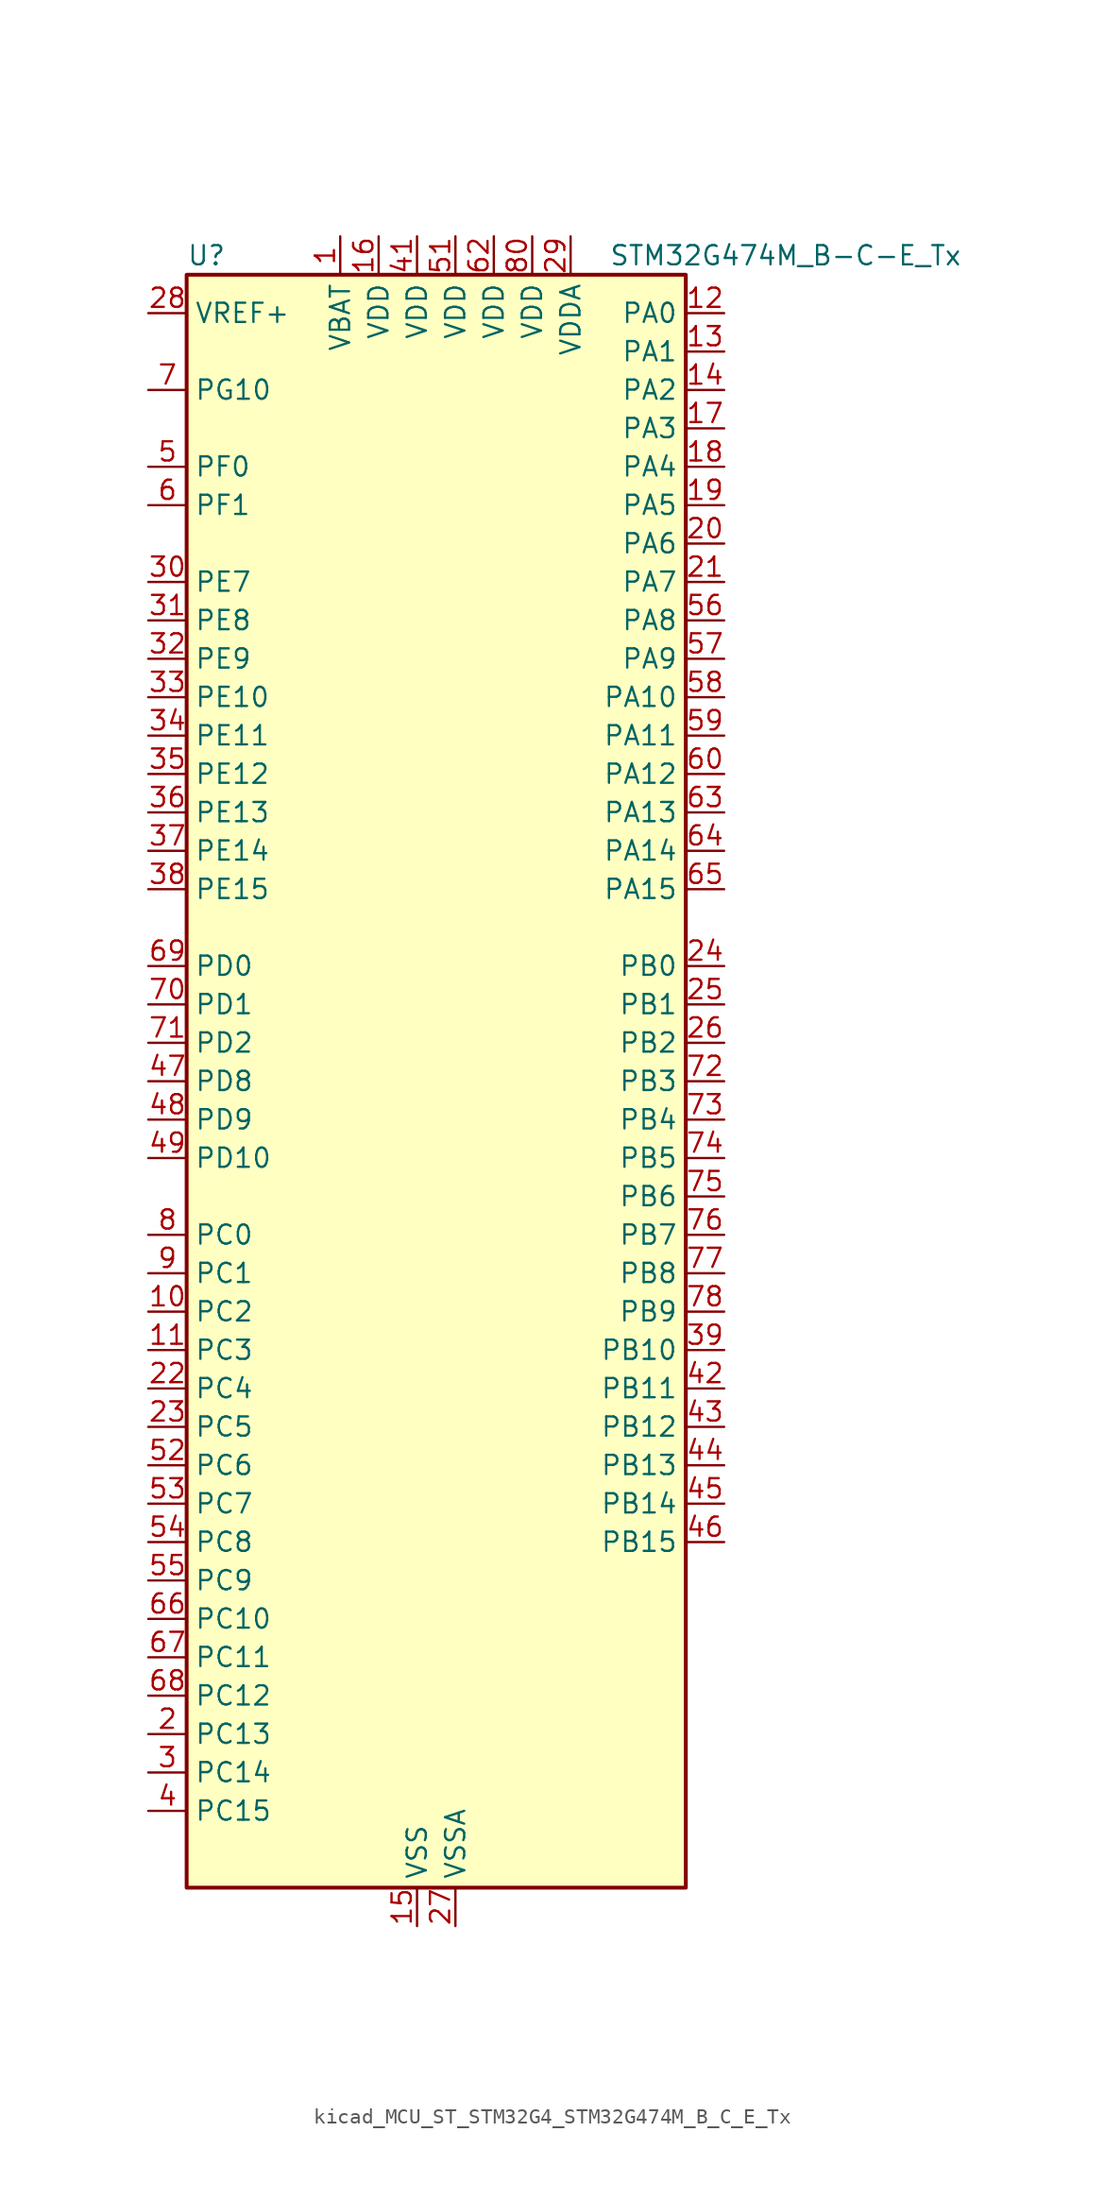
<source format=kicad_sym>
(kicad_symbol_lib
  (version 20220914)
  (generator kicad_symbol_editor)
  (symbol "kicad_MCU_ST_STM32G4_STM32G474M_B_C_E_Tx"
    (property "Reference" "U"
      (at -15.24 54.61 0)
      (effects (font (size 1.27 1.27)) (justify left)))
    (property "Value" "STM32G474M_B-C-E_Tx"
      (at 12.7 54.61 0)
      (effects (font (size 1.27 1.27)) (justify left)))
    (property "ki_locked" ""
      (at 0 0 0)
      (effects (font (size 1.27 1.27))))
    (symbol "kicad_MCU_ST_STM32G4_STM32G474M_B_C_E_Tx_0_1"
      (rectangle (start -15.24 -53.34) (end 17.78 53.34) (stroke (width 0.254) (type default)) (fill (type background))))
    (symbol "kicad_MCU_ST_STM32G4_STM32G474M_B_C_E_Tx_1_1"
      (pin power_in line (at -5.08 55.88 270) (length 2.54) (name "VBAT" (effects (font (size 1.27 1.27)))) (number "1" (effects (font (size 1.27 1.27)))))
      (pin bidirectional line (at -17.78 -15.24 0) (length 2.54) (name "PC2" (effects (font (size 1.27 1.27)))) (number "10" (effects (font (size 1.27 1.27)))) (alternate "ADC1_IN8" bidirectional line) (alternate "ADC2_IN8" bidirectional line) (alternate "ADC3_EXTI2" bidirectional line) (alternate "ADC4_EXTI2" bidirectional line) (alternate "ADC5_EXTI2" bidirectional line) (alternate "COMP3_OUT" bidirectional line) (alternate "LPTIM1_IN2" bidirectional line) (alternate "QUADSPI1_BK2_IO1" bidirectional line) (alternate "TIM1_CH3" bidirectional line) (alternate "TIM20_CH2" bidirectional line))
      (pin bidirectional line (at -17.78 -17.78 0) (length 2.54) (name "PC3" (effects (font (size 1.27 1.27)))) (number "11" (effects (font (size 1.27 1.27)))) (alternate "ADC1_IN9" bidirectional line) (alternate "ADC2_IN9" bidirectional line) (alternate "ADC3_EXTI3" bidirectional line) (alternate "ADC4_EXTI3" bidirectional line) (alternate "ADC5_EXTI3" bidirectional line) (alternate "LPTIM1_ETR" bidirectional line) (alternate "OPAMP5_VINP" bidirectional line) (alternate "OPAMP5_VINP_SEC" bidirectional line) (alternate "QUADSPI1_BK2_IO2" bidirectional line) (alternate "SAI1_D1" bidirectional line) (alternate "SAI1_SD_A" bidirectional line) (alternate "TIM1_BKIN2" bidirectional line) (alternate "TIM1_CH4" bidirectional line))
      (pin bidirectional line (at 20.32 50.8 180) (length 2.54) (name "PA0" (effects (font (size 1.27 1.27)))) (number "12" (effects (font (size 1.27 1.27)))) (alternate "ADC1_IN1" bidirectional line) (alternate "ADC2_IN1" bidirectional line) (alternate "COMP1_INM" bidirectional line) (alternate "COMP1_OUT" bidirectional line) (alternate "COMP3_INP" bidirectional line) (alternate "RTC_TAMP2" bidirectional line) (alternate "SYS_WKUP1" bidirectional line) (alternate "TIM2_CH1" bidirectional line) (alternate "TIM2_ETR" bidirectional line) (alternate "TIM5_CH1" bidirectional line) (alternate "TIM8_BKIN" bidirectional line) (alternate "TIM8_ETR" bidirectional line) (alternate "USART2_CTS" bidirectional line) (alternate "USART2_NSS" bidirectional line))
      (pin bidirectional line (at 20.32 48.26 180) (length 2.54) (name "PA1" (effects (font (size 1.27 1.27)))) (number "13" (effects (font (size 1.27 1.27)))) (alternate "ADC1_IN2" bidirectional line) (alternate "ADC2_IN2" bidirectional line) (alternate "COMP1_INP" bidirectional line) (alternate "OPAMP1_VINP" bidirectional line) (alternate "OPAMP1_VINP_SEC" bidirectional line) (alternate "OPAMP3_VINP" bidirectional line) (alternate "OPAMP3_VINP_SEC" bidirectional line) (alternate "OPAMP6_VINM" bidirectional line) (alternate "OPAMP6_VINM0" bidirectional line) (alternate "OPAMP6_VINM_SEC" bidirectional line) (alternate "RTC_REFIN" bidirectional line) (alternate "TIM15_CH1N" bidirectional line) (alternate "TIM2_CH2" bidirectional line) (alternate "TIM5_CH2" bidirectional line) (alternate "USART2_DE" bidirectional line) (alternate "USART2_RTS" bidirectional line))
      (pin bidirectional line (at 20.32 45.72 180) (length 2.54) (name "PA2" (effects (font (size 1.27 1.27)))) (number "14" (effects (font (size 1.27 1.27)))) (alternate "ADC1_IN3" bidirectional line) (alternate "ADC3_EXTI2" bidirectional line) (alternate "ADC4_EXTI2" bidirectional line) (alternate "ADC5_EXTI2" bidirectional line) (alternate "COMP2_INM" bidirectional line) (alternate "COMP2_OUT" bidirectional line) (alternate "LPUART1_TX" bidirectional line) (alternate "OPAMP1_VOUT" bidirectional line) (alternate "QUADSPI1_BK1_NCS" bidirectional line) (alternate "RCC_LSCO" bidirectional line) (alternate "SYS_WKUP4" bidirectional line) (alternate "TIM15_CH1" bidirectional line) (alternate "TIM2_CH3" bidirectional line) (alternate "TIM5_CH3" bidirectional line) (alternate "UCPD1_FRSTX1" bidirectional line) (alternate "UCPD1_FRSTX2" bidirectional line) (alternate "USART2_TX" bidirectional line))
      (pin power_in line (at 0 -55.88 90) (length 2.54) (name "VSS" (effects (font (size 1.27 1.27)))) (number "15" (effects (font (size 1.27 1.27)))))
      (pin power_in line (at -2.54 55.88 270) (length 2.54) (name "VDD" (effects (font (size 1.27 1.27)))) (number "16" (effects (font (size 1.27 1.27)))))
      (pin bidirectional line (at 20.32 43.18 180) (length 2.54) (name "PA3" (effects (font (size 1.27 1.27)))) (number "17" (effects (font (size 1.27 1.27)))) (alternate "ADC1_IN4" bidirectional line) (alternate "ADC3_EXTI3" bidirectional line) (alternate "ADC4_EXTI3" bidirectional line) (alternate "ADC5_EXTI3" bidirectional line) (alternate "COMP2_INP" bidirectional line) (alternate "LPUART1_RX" bidirectional line) (alternate "OPAMP1_VINM" bidirectional line) (alternate "OPAMP1_VINM0" bidirectional line) (alternate "OPAMP1_VINM_SEC" bidirectional line) (alternate "OPAMP1_VINP" bidirectional line) (alternate "OPAMP1_VINP_SEC" bidirectional line) (alternate "OPAMP5_VINM" bidirectional line) (alternate "OPAMP5_VINM1" bidirectional line) (alternate "OPAMP5_VINM_SEC" bidirectional line) (alternate "QUADSPI1_CLK" bidirectional line) (alternate "SAI1_CK1" bidirectional line) (alternate "SAI1_MCLK_A" bidirectional line) (alternate "TIM15_CH2" bidirectional line) (alternate "TIM2_CH4" bidirectional line) (alternate "TIM5_CH4" bidirectional line) (alternate "USART2_RX" bidirectional line))
      (pin bidirectional line (at 20.32 40.64 180) (length 2.54) (name "PA4" (effects (font (size 1.27 1.27)))) (number "18" (effects (font (size 1.27 1.27)))) (alternate "ADC2_IN17" bidirectional line) (alternate "COMP1_INM" bidirectional line) (alternate "DAC1_OUT1" bidirectional line) (alternate "I2S3_WS" bidirectional line) (alternate "SAI1_FS_B" bidirectional line) (alternate "SPI1_NSS" bidirectional line) (alternate "SPI3_NSS" bidirectional line) (alternate "TIM3_CH2" bidirectional line) (alternate "USART2_CK" bidirectional line))
      (pin bidirectional line (at 20.32 38.1 180) (length 2.54) (name "PA5" (effects (font (size 1.27 1.27)))) (number "19" (effects (font (size 1.27 1.27)))) (alternate "ADC2_IN13" bidirectional line) (alternate "COMP2_INM" bidirectional line) (alternate "DAC1_OUT2" bidirectional line) (alternate "OPAMP2_VINM" bidirectional line) (alternate "OPAMP2_VINM0" bidirectional line) (alternate "OPAMP2_VINM_SEC" bidirectional line) (alternate "SPI1_SCK" bidirectional line) (alternate "TIM2_CH1" bidirectional line) (alternate "TIM2_ETR" bidirectional line) (alternate "UCPD1_FRSTX1" bidirectional line) (alternate "UCPD1_FRSTX2" bidirectional line))
      (pin bidirectional line (at -17.78 -43.18 0) (length 2.54) (name "PC13" (effects (font (size 1.27 1.27)))) (number "2" (effects (font (size 1.27 1.27)))) (alternate "RTC_OUT1" bidirectional line) (alternate "RTC_TAMP1" bidirectional line) (alternate "RTC_TS" bidirectional line) (alternate "SYS_WKUP2" bidirectional line) (alternate "TIM1_BKIN" bidirectional line) (alternate "TIM1_CH1N" bidirectional line) (alternate "TIM8_CH4N" bidirectional line))
      (pin bidirectional line (at 20.32 35.56 180) (length 2.54) (name "PA6" (effects (font (size 1.27 1.27)))) (number "20" (effects (font (size 1.27 1.27)))) (alternate "ADC2_IN3" bidirectional line) (alternate "COMP1_OUT" bidirectional line) (alternate "DAC2_OUT1" bidirectional line) (alternate "LPUART1_CTS" bidirectional line) (alternate "OPAMP2_VOUT" bidirectional line) (alternate "QUADSPI1_BK1_IO3" bidirectional line) (alternate "SPI1_MISO" bidirectional line) (alternate "TIM16_CH1" bidirectional line) (alternate "TIM1_BKIN" bidirectional line) (alternate "TIM3_CH1" bidirectional line) (alternate "TIM8_BKIN" bidirectional line))
      (pin bidirectional line (at 20.32 33.02 180) (length 2.54) (name "PA7" (effects (font (size 1.27 1.27)))) (number "21" (effects (font (size 1.27 1.27)))) (alternate "ADC2_IN4" bidirectional line) (alternate "COMP2_INP" bidirectional line) (alternate "COMP2_OUT" bidirectional line) (alternate "OPAMP1_VINP" bidirectional line) (alternate "OPAMP1_VINP_SEC" bidirectional line) (alternate "OPAMP2_VINP" bidirectional line) (alternate "OPAMP2_VINP_SEC" bidirectional line) (alternate "QUADSPI1_BK1_IO2" bidirectional line) (alternate "SPI1_MOSI" bidirectional line) (alternate "TIM17_CH1" bidirectional line) (alternate "TIM1_CH1N" bidirectional line) (alternate "TIM3_CH2" bidirectional line) (alternate "TIM8_CH1N" bidirectional line) (alternate "UCPD1_FRSTX1" bidirectional line) (alternate "UCPD1_FRSTX2" bidirectional line))
      (pin bidirectional line (at -17.78 -20.32 0) (length 2.54) (name "PC4" (effects (font (size 1.27 1.27)))) (number "22" (effects (font (size 1.27 1.27)))) (alternate "ADC2_IN5" bidirectional line) (alternate "I2C2_SCL" bidirectional line) (alternate "QUADSPI1_BK2_IO3" bidirectional line) (alternate "TIM1_ETR" bidirectional line) (alternate "USART1_TX" bidirectional line))
      (pin bidirectional line (at -17.78 -22.86 0) (length 2.54) (name "PC5" (effects (font (size 1.27 1.27)))) (number "23" (effects (font (size 1.27 1.27)))) (alternate "ADC2_IN11" bidirectional line) (alternate "HRTIM1_EEV10" bidirectional line) (alternate "OPAMP1_VINM" bidirectional line) (alternate "OPAMP1_VINM1" bidirectional line) (alternate "OPAMP1_VINM_SEC" bidirectional line) (alternate "OPAMP2_VINM" bidirectional line) (alternate "OPAMP2_VINM1" bidirectional line) (alternate "OPAMP2_VINM_SEC" bidirectional line) (alternate "SAI1_D3" bidirectional line) (alternate "SYS_WKUP5" bidirectional line) (alternate "TIM15_BKIN" bidirectional line) (alternate "TIM1_CH4N" bidirectional line) (alternate "USART1_RX" bidirectional line))
      (pin bidirectional line (at 20.32 7.62 180) (length 2.54) (name "PB0" (effects (font (size 1.27 1.27)))) (number "24" (effects (font (size 1.27 1.27)))) (alternate "ADC1_IN15" bidirectional line) (alternate "ADC3_IN12" bidirectional line) (alternate "COMP4_INP" bidirectional line) (alternate "HRTIM1_FLT5" bidirectional line) (alternate "OPAMP2_VINP" bidirectional line) (alternate "OPAMP2_VINP_SEC" bidirectional line) (alternate "OPAMP3_VINP" bidirectional line) (alternate "OPAMP3_VINP_SEC" bidirectional line) (alternate "QUADSPI1_BK1_IO1" bidirectional line) (alternate "TIM1_CH2N" bidirectional line) (alternate "TIM3_CH3" bidirectional line) (alternate "TIM8_CH2N" bidirectional line) (alternate "UCPD1_FRSTX1" bidirectional line) (alternate "UCPD1_FRSTX2" bidirectional line))
      (pin bidirectional line (at 20.32 5.08 180) (length 2.54) (name "PB1" (effects (font (size 1.27 1.27)))) (number "25" (effects (font (size 1.27 1.27)))) (alternate "ADC1_IN12" bidirectional line) (alternate "ADC3_IN1" bidirectional line) (alternate "COMP1_INP" bidirectional line) (alternate "COMP4_OUT" bidirectional line) (alternate "HRTIM1_SCOUT" bidirectional line) (alternate "LPUART1_DE" bidirectional line) (alternate "LPUART1_RTS" bidirectional line) (alternate "OPAMP3_VOUT" bidirectional line) (alternate "OPAMP6_VINM" bidirectional line) (alternate "OPAMP6_VINM1" bidirectional line) (alternate "OPAMP6_VINM_SEC" bidirectional line) (alternate "QUADSPI1_BK1_IO0" bidirectional line) (alternate "TIM1_CH3N" bidirectional line) (alternate "TIM3_CH4" bidirectional line) (alternate "TIM8_CH3N" bidirectional line))
      (pin bidirectional line (at 20.32 2.54 180) (length 2.54) (name "PB2" (effects (font (size 1.27 1.27)))) (number "26" (effects (font (size 1.27 1.27)))) (alternate "ADC2_IN12" bidirectional line) (alternate "ADC3_EXTI2" bidirectional line) (alternate "ADC4_EXTI2" bidirectional line) (alternate "ADC5_EXTI2" bidirectional line) (alternate "COMP4_INM" bidirectional line) (alternate "HRTIM1_SCIN" bidirectional line) (alternate "I2C3_SMBA" bidirectional line) (alternate "LPTIM1_OUT" bidirectional line) (alternate "OPAMP3_VINM" bidirectional line) (alternate "OPAMP3_VINM0" bidirectional line) (alternate "OPAMP3_VINM_SEC" bidirectional line) (alternate "QUADSPI1_BK2_IO1" bidirectional line) (alternate "RTC_OUT2" bidirectional line) (alternate "TIM20_CH1" bidirectional line) (alternate "TIM5_CH1" bidirectional line))
      (pin power_in line (at 2.54 -55.88 90) (length 2.54) (name "VSSA" (effects (font (size 1.27 1.27)))) (number "27" (effects (font (size 1.27 1.27)))))
      (pin input line (at -17.78 50.8 0) (length 2.54) (name "VREF+" (effects (font (size 1.27 1.27)))) (number "28" (effects (font (size 1.27 1.27)))) (alternate "VREFBUF_OUT" bidirectional line))
      (pin power_in line (at 10.16 55.88 270) (length 2.54) (name "VDDA" (effects (font (size 1.27 1.27)))) (number "29" (effects (font (size 1.27 1.27)))))
      (pin bidirectional line (at -17.78 -45.72 0) (length 2.54) (name "PC14" (effects (font (size 1.27 1.27)))) (number "3" (effects (font (size 1.27 1.27)))) (alternate "RCC_OSC32_IN" bidirectional line))
      (pin bidirectional line (at -17.78 33.02 0) (length 2.54) (name "PE7" (effects (font (size 1.27 1.27)))) (number "30" (effects (font (size 1.27 1.27)))) (alternate "ADC3_IN4" bidirectional line) (alternate "COMP4_INP" bidirectional line) (alternate "SAI1_SD_B" bidirectional line) (alternate "TIM1_ETR" bidirectional line))
      (pin bidirectional line (at -17.78 30.48 0) (length 2.54) (name "PE8" (effects (font (size 1.27 1.27)))) (number "31" (effects (font (size 1.27 1.27)))) (alternate "ADC3_IN6" bidirectional line) (alternate "ADC4_IN6" bidirectional line) (alternate "ADC5_IN6" bidirectional line) (alternate "COMP4_INM" bidirectional line) (alternate "SAI1_SCK_B" bidirectional line) (alternate "TIM1_CH1N" bidirectional line) (alternate "TIM5_CH3" bidirectional line))
      (pin bidirectional line (at -17.78 27.94 0) (length 2.54) (name "PE9" (effects (font (size 1.27 1.27)))) (number "32" (effects (font (size 1.27 1.27)))) (alternate "ADC3_IN2" bidirectional line) (alternate "DAC1_EXTI9" bidirectional line) (alternate "DAC2_EXTI9" bidirectional line) (alternate "DAC3_EXTI9" bidirectional line) (alternate "DAC4_EXTI9" bidirectional line) (alternate "SAI1_FS_B" bidirectional line) (alternate "TIM1_CH1" bidirectional line) (alternate "TIM5_CH4" bidirectional line))
      (pin bidirectional line (at -17.78 25.4 0) (length 2.54) (name "PE10" (effects (font (size 1.27 1.27)))) (number "33" (effects (font (size 1.27 1.27)))) (alternate "ADC3_IN14" bidirectional line) (alternate "ADC4_IN14" bidirectional line) (alternate "ADC5_IN14" bidirectional line) (alternate "DAC1_EXTI10" bidirectional line) (alternate "DAC2_EXTI10" bidirectional line) (alternate "DAC3_EXTI10" bidirectional line) (alternate "DAC4_EXTI10" bidirectional line) (alternate "QUADSPI1_CLK" bidirectional line) (alternate "SAI1_MCLK_B" bidirectional line) (alternate "TIM1_CH2N" bidirectional line))
      (pin bidirectional line (at -17.78 22.86 0) (length 2.54) (name "PE11" (effects (font (size 1.27 1.27)))) (number "34" (effects (font (size 1.27 1.27)))) (alternate "ADC1_EXTI11" bidirectional line) (alternate "ADC2_EXTI11" bidirectional line) (alternate "ADC3_IN15" bidirectional line) (alternate "ADC4_IN15" bidirectional line) (alternate "ADC5_IN15" bidirectional line) (alternate "QUADSPI1_BK1_NCS" bidirectional line) (alternate "SPI4_NSS" bidirectional line) (alternate "TIM1_CH2" bidirectional line))
      (pin bidirectional line (at -17.78 20.32 0) (length 2.54) (name "PE12" (effects (font (size 1.27 1.27)))) (number "35" (effects (font (size 1.27 1.27)))) (alternate "ADC3_IN16" bidirectional line) (alternate "ADC4_IN16" bidirectional line) (alternate "ADC5_IN16" bidirectional line) (alternate "QUADSPI1_BK1_IO0" bidirectional line) (alternate "SPI4_SCK" bidirectional line) (alternate "TIM1_CH3N" bidirectional line))
      (pin bidirectional line (at -17.78 17.78 0) (length 2.54) (name "PE13" (effects (font (size 1.27 1.27)))) (number "36" (effects (font (size 1.27 1.27)))) (alternate "ADC3_IN3" bidirectional line) (alternate "QUADSPI1_BK1_IO1" bidirectional line) (alternate "SPI4_MISO" bidirectional line) (alternate "TIM1_CH3" bidirectional line))
      (pin bidirectional line (at -17.78 15.24 0) (length 2.54) (name "PE14" (effects (font (size 1.27 1.27)))) (number "37" (effects (font (size 1.27 1.27)))) (alternate "ADC4_IN1" bidirectional line) (alternate "QUADSPI1_BK1_IO2" bidirectional line) (alternate "SPI4_MOSI" bidirectional line) (alternate "TIM1_BKIN2" bidirectional line) (alternate "TIM1_CH4" bidirectional line))
      (pin bidirectional line (at -17.78 12.7 0) (length 2.54) (name "PE15" (effects (font (size 1.27 1.27)))) (number "38" (effects (font (size 1.27 1.27)))) (alternate "ADC1_EXTI15" bidirectional line) (alternate "ADC2_EXTI15" bidirectional line) (alternate "ADC4_IN2" bidirectional line) (alternate "QUADSPI1_BK1_IO3" bidirectional line) (alternate "TIM1_BKIN" bidirectional line) (alternate "TIM1_CH4N" bidirectional line) (alternate "USART3_RX" bidirectional line))
      (pin bidirectional line (at 20.32 -17.78 180) (length 2.54) (name "PB10" (effects (font (size 1.27 1.27)))) (number "39" (effects (font (size 1.27 1.27)))) (alternate "COMP5_INM" bidirectional line) (alternate "DAC1_EXTI10" bidirectional line) (alternate "DAC2_EXTI10" bidirectional line) (alternate "DAC3_EXTI10" bidirectional line) (alternate "DAC4_EXTI10" bidirectional line) (alternate "HRTIM1_FLT3" bidirectional line) (alternate "LPUART1_RX" bidirectional line) (alternate "OPAMP3_VINM" bidirectional line) (alternate "OPAMP3_VINM1" bidirectional line) (alternate "OPAMP3_VINM_SEC" bidirectional line) (alternate "OPAMP4_VINM" bidirectional line) (alternate "OPAMP4_VINM0" bidirectional line) (alternate "OPAMP4_VINM_SEC" bidirectional line) (alternate "QUADSPI1_CLK" bidirectional line) (alternate "SAI1_SCK_A" bidirectional line) (alternate "TIM1_BKIN" bidirectional line) (alternate "TIM2_CH3" bidirectional line) (alternate "USART3_TX" bidirectional line))
      (pin bidirectional line (at -17.78 -48.26 0) (length 2.54) (name "PC15" (effects (font (size 1.27 1.27)))) (number "4" (effects (font (size 1.27 1.27)))) (alternate "ADC1_EXTI15" bidirectional line) (alternate "ADC2_EXTI15" bidirectional line) (alternate "RCC_OSC32_OUT" bidirectional line))
      (pin passive line (at 0 -55.88 90) (length 2.54) hide (name "VSS" (effects (font (size 1.27 1.27)))) (number "40" (effects (font (size 1.27 1.27)))))
      (pin power_in line (at 0 55.88 270) (length 2.54) (name "VDD" (effects (font (size 1.27 1.27)))) (number "41" (effects (font (size 1.27 1.27)))))
      (pin bidirectional line (at 20.32 -20.32 180) (length 2.54) (name "PB11" (effects (font (size 1.27 1.27)))) (number "42" (effects (font (size 1.27 1.27)))) (alternate "ADC1_EXTI11" bidirectional line) (alternate "ADC1_IN14" bidirectional line) (alternate "ADC2_EXTI11" bidirectional line) (alternate "ADC2_IN14" bidirectional line) (alternate "COMP6_INP" bidirectional line) (alternate "HRTIM1_FLT4" bidirectional line) (alternate "LPUART1_TX" bidirectional line) (alternate "OPAMP4_VINP" bidirectional line) (alternate "OPAMP4_VINP_SEC" bidirectional line) (alternate "OPAMP6_VOUT" bidirectional line) (alternate "QUADSPI1_BK1_NCS" bidirectional line) (alternate "TIM2_CH4" bidirectional line) (alternate "USART3_RX" bidirectional line))
      (pin bidirectional line (at 20.32 -22.86 180) (length 2.54) (name "PB12" (effects (font (size 1.27 1.27)))) (number "43" (effects (font (size 1.27 1.27)))) (alternate "ADC1_IN11" bidirectional line) (alternate "ADC4_IN3" bidirectional line) (alternate "COMP7_INM" bidirectional line) (alternate "FDCAN2_RX" bidirectional line) (alternate "HRTIM1_CHC1" bidirectional line) (alternate "I2C2_SMBA" bidirectional line) (alternate "I2S2_WS" bidirectional line) (alternate "LPUART1_DE" bidirectional line) (alternate "LPUART1_RTS" bidirectional line) (alternate "OPAMP4_VOUT" bidirectional line) (alternate "OPAMP6_VINP" bidirectional line) (alternate "OPAMP6_VINP_SEC" bidirectional line) (alternate "SPI2_NSS" bidirectional line) (alternate "TIM1_BKIN" bidirectional line) (alternate "TIM5_ETR" bidirectional line) (alternate "USART3_CK" bidirectional line))
      (pin bidirectional line (at 20.32 -25.4 180) (length 2.54) (name "PB13" (effects (font (size 1.27 1.27)))) (number "44" (effects (font (size 1.27 1.27)))) (alternate "ADC3_IN5" bidirectional line) (alternate "COMP5_INP" bidirectional line) (alternate "FDCAN2_TX" bidirectional line) (alternate "HRTIM1_CHC2" bidirectional line) (alternate "I2S2_CK" bidirectional line) (alternate "LPUART1_CTS" bidirectional line) (alternate "OPAMP3_VINP" bidirectional line) (alternate "OPAMP3_VINP_SEC" bidirectional line) (alternate "OPAMP4_VINP" bidirectional line) (alternate "OPAMP4_VINP_SEC" bidirectional line) (alternate "OPAMP6_VINP" bidirectional line) (alternate "OPAMP6_VINP_SEC" bidirectional line) (alternate "SPI2_SCK" bidirectional line) (alternate "TIM1_CH1N" bidirectional line) (alternate "USART3_CTS" bidirectional line) (alternate "USART3_NSS" bidirectional line))
      (pin bidirectional line (at 20.32 -27.94 180) (length 2.54) (name "PB14" (effects (font (size 1.27 1.27)))) (number "45" (effects (font (size 1.27 1.27)))) (alternate "ADC1_IN5" bidirectional line) (alternate "ADC4_IN4" bidirectional line) (alternate "COMP4_OUT" bidirectional line) (alternate "COMP7_INP" bidirectional line) (alternate "HRTIM1_CHD1" bidirectional line) (alternate "OPAMP2_VINP" bidirectional line) (alternate "OPAMP2_VINP_SEC" bidirectional line) (alternate "OPAMP5_VINP" bidirectional line) (alternate "OPAMP5_VINP_SEC" bidirectional line) (alternate "SPI2_MISO" bidirectional line) (alternate "TIM15_CH1" bidirectional line) (alternate "TIM1_CH2N" bidirectional line) (alternate "USART3_DE" bidirectional line) (alternate "USART3_RTS" bidirectional line))
      (pin bidirectional line (at 20.32 -30.48 180) (length 2.54) (name "PB15" (effects (font (size 1.27 1.27)))) (number "46" (effects (font (size 1.27 1.27)))) (alternate "ADC1_EXTI15" bidirectional line) (alternate "ADC2_EXTI15" bidirectional line) (alternate "ADC2_IN15" bidirectional line) (alternate "ADC4_IN5" bidirectional line) (alternate "COMP3_OUT" bidirectional line) (alternate "COMP6_INM" bidirectional line) (alternate "HRTIM1_CHD2" bidirectional line) (alternate "I2S2_SD" bidirectional line) (alternate "OPAMP5_VINM" bidirectional line) (alternate "OPAMP5_VINM0" bidirectional line) (alternate "OPAMP5_VINM_SEC" bidirectional line) (alternate "RTC_REFIN" bidirectional line) (alternate "SPI2_MOSI" bidirectional line) (alternate "TIM15_CH1N" bidirectional line) (alternate "TIM15_CH2" bidirectional line) (alternate "TIM1_CH3N" bidirectional line))
      (pin bidirectional line (at -17.78 0 0) (length 2.54) (name "PD8" (effects (font (size 1.27 1.27)))) (number "47" (effects (font (size 1.27 1.27)))) (alternate "ADC4_IN12" bidirectional line) (alternate "ADC5_IN12" bidirectional line) (alternate "OPAMP4_VINM" bidirectional line) (alternate "OPAMP4_VINM1" bidirectional line) (alternate "OPAMP4_VINM_SEC" bidirectional line) (alternate "USART3_TX" bidirectional line))
      (pin bidirectional line (at -17.78 -2.54 0) (length 2.54) (name "PD9" (effects (font (size 1.27 1.27)))) (number "48" (effects (font (size 1.27 1.27)))) (alternate "ADC4_IN13" bidirectional line) (alternate "ADC5_IN13" bidirectional line) (alternate "DAC1_EXTI9" bidirectional line) (alternate "DAC2_EXTI9" bidirectional line) (alternate "DAC3_EXTI9" bidirectional line) (alternate "DAC4_EXTI9" bidirectional line) (alternate "OPAMP6_VINP" bidirectional line) (alternate "OPAMP6_VINP_SEC" bidirectional line) (alternate "USART3_RX" bidirectional line))
      (pin bidirectional line (at -17.78 -5.08 0) (length 2.54) (name "PD10" (effects (font (size 1.27 1.27)))) (number "49" (effects (font (size 1.27 1.27)))) (alternate "ADC3_IN7" bidirectional line) (alternate "ADC4_IN7" bidirectional line) (alternate "ADC5_IN7" bidirectional line) (alternate "COMP6_INM" bidirectional line) (alternate "DAC1_EXTI10" bidirectional line) (alternate "DAC2_EXTI10" bidirectional line) (alternate "DAC3_EXTI10" bidirectional line) (alternate "DAC4_EXTI10" bidirectional line) (alternate "USART3_CK" bidirectional line))
      (pin bidirectional line (at -17.78 40.64 0) (length 2.54) (name "PF0" (effects (font (size 1.27 1.27)))) (number "5" (effects (font (size 1.27 1.27)))) (alternate "ADC1_IN10" bidirectional line) (alternate "I2C2_SDA" bidirectional line) (alternate "I2S2_WS" bidirectional line) (alternate "RCC_OSC_IN" bidirectional line) (alternate "SPI2_NSS" bidirectional line) (alternate "TIM1_CH3N" bidirectional line))
      (pin passive line (at 0 -55.88 90) (length 2.54) hide (name "VSS" (effects (font (size 1.27 1.27)))) (number "50" (effects (font (size 1.27 1.27)))))
      (pin power_in line (at 2.54 55.88 270) (length 2.54) (name "VDD" (effects (font (size 1.27 1.27)))) (number "51" (effects (font (size 1.27 1.27)))))
      (pin bidirectional line (at -17.78 -25.4 0) (length 2.54) (name "PC6" (effects (font (size 1.27 1.27)))) (number "52" (effects (font (size 1.27 1.27)))) (alternate "COMP6_OUT" bidirectional line) (alternate "HRTIM1_CHF1" bidirectional line) (alternate "HRTIM1_EEV10" bidirectional line) (alternate "I2C4_SCL" bidirectional line) (alternate "I2S2_MCK" bidirectional line) (alternate "TIM3_CH1" bidirectional line) (alternate "TIM8_CH1" bidirectional line))
      (pin bidirectional line (at -17.78 -27.94 0) (length 2.54) (name "PC7" (effects (font (size 1.27 1.27)))) (number "53" (effects (font (size 1.27 1.27)))) (alternate "COMP5_OUT" bidirectional line) (alternate "HRTIM1_CHF2" bidirectional line) (alternate "HRTIM1_FLT5" bidirectional line) (alternate "I2C4_SDA" bidirectional line) (alternate "I2S3_MCK" bidirectional line) (alternate "TIM3_CH2" bidirectional line) (alternate "TIM8_CH2" bidirectional line))
      (pin bidirectional line (at -17.78 -30.48 0) (length 2.54) (name "PC8" (effects (font (size 1.27 1.27)))) (number "54" (effects (font (size 1.27 1.27)))) (alternate "COMP7_OUT" bidirectional line) (alternate "HRTIM1_CHE1" bidirectional line) (alternate "I2C3_SCL" bidirectional line) (alternate "TIM20_CH3" bidirectional line) (alternate "TIM3_CH3" bidirectional line) (alternate "TIM8_CH3" bidirectional line))
      (pin bidirectional line (at -17.78 -33.02 0) (length 2.54) (name "PC9" (effects (font (size 1.27 1.27)))) (number "55" (effects (font (size 1.27 1.27)))) (alternate "DAC1_EXTI9" bidirectional line) (alternate "DAC2_EXTI9" bidirectional line) (alternate "DAC3_EXTI9" bidirectional line) (alternate "DAC4_EXTI9" bidirectional line) (alternate "HRTIM1_CHE2" bidirectional line) (alternate "I2C3_SDA" bidirectional line) (alternate "I2S_CKIN" bidirectional line) (alternate "TIM3_CH4" bidirectional line) (alternate "TIM8_BKIN2" bidirectional line) (alternate "TIM8_CH4" bidirectional line))
      (pin bidirectional line (at 20.32 30.48 180) (length 2.54) (name "PA8" (effects (font (size 1.27 1.27)))) (number "56" (effects (font (size 1.27 1.27)))) (alternate "ADC5_IN1" bidirectional line) (alternate "COMP7_OUT" bidirectional line) (alternate "FDCAN3_RX" bidirectional line) (alternate "HRTIM1_CHA1" bidirectional line) (alternate "I2C2_SDA" bidirectional line) (alternate "I2C3_SCL" bidirectional line) (alternate "I2S2_MCK" bidirectional line) (alternate "OPAMP5_VOUT" bidirectional line) (alternate "RCC_MCO" bidirectional line) (alternate "SAI1_CK2" bidirectional line) (alternate "SAI1_SCK_A" bidirectional line) (alternate "TIM1_CH1" bidirectional line) (alternate "TIM4_ETR" bidirectional line) (alternate "USART1_CK" bidirectional line))
      (pin bidirectional line (at 20.32 27.94 180) (length 2.54) (name "PA9" (effects (font (size 1.27 1.27)))) (number "57" (effects (font (size 1.27 1.27)))) (alternate "ADC5_IN2" bidirectional line) (alternate "COMP5_OUT" bidirectional line) (alternate "DAC1_EXTI9" bidirectional line) (alternate "DAC2_EXTI9" bidirectional line) (alternate "DAC3_EXTI9" bidirectional line) (alternate "DAC4_EXTI9" bidirectional line) (alternate "HRTIM1_CHA2" bidirectional line) (alternate "I2C2_SCL" bidirectional line) (alternate "I2C3_SMBA" bidirectional line) (alternate "I2S3_MCK" bidirectional line) (alternate "SAI1_FS_A" bidirectional line) (alternate "TIM15_BKIN" bidirectional line) (alternate "TIM1_CH2" bidirectional line) (alternate "TIM2_CH3" bidirectional line) (alternate "UCPD1_DBCC1" bidirectional line) (alternate "USART1_TX" bidirectional line))
      (pin bidirectional line (at 20.32 25.4 180) (length 2.54) (name "PA10" (effects (font (size 1.27 1.27)))) (number "58" (effects (font (size 1.27 1.27)))) (alternate "COMP6_OUT" bidirectional line) (alternate "CRS_SYNC" bidirectional line) (alternate "DAC1_EXTI10" bidirectional line) (alternate "DAC2_EXTI10" bidirectional line) (alternate "DAC3_EXTI10" bidirectional line) (alternate "DAC4_EXTI10" bidirectional line) (alternate "HRTIM1_CHB1" bidirectional line) (alternate "I2C2_SMBA" bidirectional line) (alternate "SAI1_D1" bidirectional line) (alternate "SAI1_SD_A" bidirectional line) (alternate "SPI2_MISO" bidirectional line) (alternate "TIM17_BKIN" bidirectional line) (alternate "TIM1_CH3" bidirectional line) (alternate "TIM2_CH4" bidirectional line) (alternate "TIM8_BKIN" bidirectional line) (alternate "UCPD1_DBCC2" bidirectional line) (alternate "USART1_RX" bidirectional line))
      (pin bidirectional line (at 20.32 22.86 180) (length 2.54) (name "PA11" (effects (font (size 1.27 1.27)))) (number "59" (effects (font (size 1.27 1.27)))) (alternate "ADC1_EXTI11" bidirectional line) (alternate "ADC2_EXTI11" bidirectional line) (alternate "COMP1_OUT" bidirectional line) (alternate "FDCAN1_RX" bidirectional line) (alternate "HRTIM1_CHB2" bidirectional line) (alternate "I2S2_SD" bidirectional line) (alternate "SPI2_MOSI" bidirectional line) (alternate "TIM1_BKIN2" bidirectional line) (alternate "TIM1_CH1N" bidirectional line) (alternate "TIM1_CH4" bidirectional line) (alternate "TIM4_CH1" bidirectional line) (alternate "USART1_CTS" bidirectional line) (alternate "USART1_NSS" bidirectional line) (alternate "USB_DM" bidirectional line))
      (pin bidirectional line (at -17.78 38.1 0) (length 2.54) (name "PF1" (effects (font (size 1.27 1.27)))) (number "6" (effects (font (size 1.27 1.27)))) (alternate "ADC2_IN10" bidirectional line) (alternate "COMP3_INM" bidirectional line) (alternate "I2S2_CK" bidirectional line) (alternate "RCC_OSC_OUT" bidirectional line) (alternate "SPI2_SCK" bidirectional line))
      (pin bidirectional line (at 20.32 20.32 180) (length 2.54) (name "PA12" (effects (font (size 1.27 1.27)))) (number "60" (effects (font (size 1.27 1.27)))) (alternate "COMP2_OUT" bidirectional line) (alternate "FDCAN1_TX" bidirectional line) (alternate "HRTIM1_FLT1" bidirectional line) (alternate "I2S_CKIN" bidirectional line) (alternate "TIM16_CH1" bidirectional line) (alternate "TIM1_CH2N" bidirectional line) (alternate "TIM1_ETR" bidirectional line) (alternate "TIM4_CH2" bidirectional line) (alternate "USART1_DE" bidirectional line) (alternate "USART1_RTS" bidirectional line) (alternate "USB_DP" bidirectional line))
      (pin passive line (at 0 -55.88 90) (length 2.54) hide (name "VSS" (effects (font (size 1.27 1.27)))) (number "61" (effects (font (size 1.27 1.27)))))
      (pin power_in line (at 5.08 55.88 270) (length 2.54) (name "VDD" (effects (font (size 1.27 1.27)))) (number "62" (effects (font (size 1.27 1.27)))))
      (pin bidirectional line (at 20.32 17.78 180) (length 2.54) (name "PA13" (effects (font (size 1.27 1.27)))) (number "63" (effects (font (size 1.27 1.27)))) (alternate "I2C1_SCL" bidirectional line) (alternate "I2C4_SCL" bidirectional line) (alternate "IR_OUT" bidirectional line) (alternate "SAI1_SD_B" bidirectional line) (alternate "SYS_JTMS-SWDIO" bidirectional line) (alternate "TIM16_CH1N" bidirectional line) (alternate "TIM4_CH3" bidirectional line) (alternate "USART3_CTS" bidirectional line) (alternate "USART3_NSS" bidirectional line))
      (pin bidirectional line (at 20.32 15.24 180) (length 2.54) (name "PA14" (effects (font (size 1.27 1.27)))) (number "64" (effects (font (size 1.27 1.27)))) (alternate "I2C1_SDA" bidirectional line) (alternate "I2C4_SMBA" bidirectional line) (alternate "LPTIM1_OUT" bidirectional line) (alternate "SAI1_FS_B" bidirectional line) (alternate "SYS_JTCK-SWCLK" bidirectional line) (alternate "TIM1_BKIN" bidirectional line) (alternate "TIM8_CH2" bidirectional line) (alternate "USART2_TX" bidirectional line))
      (pin bidirectional line (at 20.32 12.7 180) (length 2.54) (name "PA15" (effects (font (size 1.27 1.27)))) (number "65" (effects (font (size 1.27 1.27)))) (alternate "ADC1_EXTI15" bidirectional line) (alternate "ADC2_EXTI15" bidirectional line) (alternate "FDCAN3_TX" bidirectional line) (alternate "HRTIM1_FLT2" bidirectional line) (alternate "I2C1_SCL" bidirectional line) (alternate "I2S3_WS" bidirectional line) (alternate "SPI1_NSS" bidirectional line) (alternate "SPI3_NSS" bidirectional line) (alternate "SYS_JTDI" bidirectional line) (alternate "TIM1_BKIN" bidirectional line) (alternate "TIM2_CH1" bidirectional line) (alternate "TIM2_ETR" bidirectional line) (alternate "TIM8_CH1" bidirectional line) (alternate "UART4_DE" bidirectional line) (alternate "UART4_RTS" bidirectional line) (alternate "USART2_RX" bidirectional line))
      (pin bidirectional line (at -17.78 -35.56 0) (length 2.54) (name "PC10" (effects (font (size 1.27 1.27)))) (number "66" (effects (font (size 1.27 1.27)))) (alternate "DAC1_EXTI10" bidirectional line) (alternate "DAC2_EXTI10" bidirectional line) (alternate "DAC3_EXTI10" bidirectional line) (alternate "DAC4_EXTI10" bidirectional line) (alternate "HRTIM1_FLT6" bidirectional line) (alternate "I2S3_CK" bidirectional line) (alternate "SPI3_SCK" bidirectional line) (alternate "TIM8_CH1N" bidirectional line) (alternate "UART4_TX" bidirectional line) (alternate "USART3_TX" bidirectional line))
      (pin bidirectional line (at -17.78 -38.1 0) (length 2.54) (name "PC11" (effects (font (size 1.27 1.27)))) (number "67" (effects (font (size 1.27 1.27)))) (alternate "ADC1_EXTI11" bidirectional line) (alternate "ADC2_EXTI11" bidirectional line) (alternate "HRTIM1_EEV2" bidirectional line) (alternate "I2C3_SDA" bidirectional line) (alternate "SPI3_MISO" bidirectional line) (alternate "TIM8_CH2N" bidirectional line) (alternate "UART4_RX" bidirectional line) (alternate "USART3_RX" bidirectional line))
      (pin bidirectional line (at -17.78 -40.64 0) (length 2.54) (name "PC12" (effects (font (size 1.27 1.27)))) (number "68" (effects (font (size 1.27 1.27)))) (alternate "HRTIM1_EEV1" bidirectional line) (alternate "I2S3_SD" bidirectional line) (alternate "SPI3_MOSI" bidirectional line) (alternate "TIM5_CH2" bidirectional line) (alternate "TIM8_CH3N" bidirectional line) (alternate "UART5_TX" bidirectional line) (alternate "UCPD1_FRSTX1" bidirectional line) (alternate "UCPD1_FRSTX2" bidirectional line) (alternate "USART3_CK" bidirectional line))
      (pin bidirectional line (at -17.78 7.62 0) (length 2.54) (name "PD0" (effects (font (size 1.27 1.27)))) (number "69" (effects (font (size 1.27 1.27)))) (alternate "FDCAN1_RX" bidirectional line) (alternate "TIM8_CH4N" bidirectional line))
      (pin bidirectional line (at -17.78 45.72 0) (length 2.54) (name "PG10" (effects (font (size 1.27 1.27)))) (number "7" (effects (font (size 1.27 1.27)))) (alternate "DAC1_EXTI10" bidirectional line) (alternate "DAC2_EXTI10" bidirectional line) (alternate "DAC3_EXTI10" bidirectional line) (alternate "DAC4_EXTI10" bidirectional line) (alternate "RCC_MCO" bidirectional line))
      (pin bidirectional line (at -17.78 5.08 0) (length 2.54) (name "PD1" (effects (font (size 1.27 1.27)))) (number "70" (effects (font (size 1.27 1.27)))) (alternate "FDCAN1_TX" bidirectional line) (alternate "TIM8_BKIN2" bidirectional line) (alternate "TIM8_CH4" bidirectional line))
      (pin bidirectional line (at -17.78 2.54 0) (length 2.54) (name "PD2" (effects (font (size 1.27 1.27)))) (number "71" (effects (font (size 1.27 1.27)))) (alternate "ADC3_EXTI2" bidirectional line) (alternate "ADC4_EXTI2" bidirectional line) (alternate "ADC5_EXTI2" bidirectional line) (alternate "TIM3_ETR" bidirectional line) (alternate "TIM8_BKIN" bidirectional line) (alternate "UART5_RX" bidirectional line))
      (pin bidirectional line (at 20.32 0 180) (length 2.54) (name "PB3" (effects (font (size 1.27 1.27)))) (number "72" (effects (font (size 1.27 1.27)))) (alternate "ADC3_EXTI3" bidirectional line) (alternate "ADC4_EXTI3" bidirectional line) (alternate "ADC5_EXTI3" bidirectional line) (alternate "CRS_SYNC" bidirectional line) (alternate "FDCAN3_RX" bidirectional line) (alternate "HRTIM1_EEV9" bidirectional line) (alternate "HRTIM1_SCOUT" bidirectional line) (alternate "I2S3_CK" bidirectional line) (alternate "SAI1_SCK_B" bidirectional line) (alternate "SPI1_SCK" bidirectional line) (alternate "SPI3_SCK" bidirectional line) (alternate "SYS_JTDO-SWO" bidirectional line) (alternate "TIM2_CH2" bidirectional line) (alternate "TIM3_ETR" bidirectional line) (alternate "TIM4_ETR" bidirectional line) (alternate "TIM8_CH1N" bidirectional line) (alternate "USART2_TX" bidirectional line))
      (pin bidirectional line (at 20.32 -2.54 180) (length 2.54) (name "PB4" (effects (font (size 1.27 1.27)))) (number "73" (effects (font (size 1.27 1.27)))) (alternate "FDCAN3_TX" bidirectional line) (alternate "HRTIM1_EEV7" bidirectional line) (alternate "SAI1_MCLK_B" bidirectional line) (alternate "SPI1_MISO" bidirectional line) (alternate "SPI3_MISO" bidirectional line) (alternate "SYS_JTRST" bidirectional line) (alternate "TIM16_CH1" bidirectional line) (alternate "TIM17_BKIN" bidirectional line) (alternate "TIM3_CH1" bidirectional line) (alternate "TIM8_CH2N" bidirectional line) (alternate "UART5_DE" bidirectional line) (alternate "UART5_RTS" bidirectional line) (alternate "UCPD1_CC2" bidirectional line) (alternate "USART2_RX" bidirectional line))
      (pin bidirectional line (at 20.32 -5.08 180) (length 2.54) (name "PB5" (effects (font (size 1.27 1.27)))) (number "74" (effects (font (size 1.27 1.27)))) (alternate "FDCAN2_RX" bidirectional line) (alternate "HRTIM1_EEV6" bidirectional line) (alternate "I2C1_SMBA" bidirectional line) (alternate "I2C3_SDA" bidirectional line) (alternate "I2S3_SD" bidirectional line) (alternate "LPTIM1_IN1" bidirectional line) (alternate "SAI1_SD_B" bidirectional line) (alternate "SPI1_MOSI" bidirectional line) (alternate "SPI3_MOSI" bidirectional line) (alternate "TIM16_BKIN" bidirectional line) (alternate "TIM17_CH1" bidirectional line) (alternate "TIM3_CH2" bidirectional line) (alternate "TIM8_CH3N" bidirectional line) (alternate "UART5_CTS" bidirectional line) (alternate "USART2_CK" bidirectional line))
      (pin bidirectional line (at 20.32 -7.62 180) (length 2.54) (name "PB6" (effects (font (size 1.27 1.27)))) (number "75" (effects (font (size 1.27 1.27)))) (alternate "COMP4_OUT" bidirectional line) (alternate "FDCAN2_TX" bidirectional line) (alternate "HRTIM1_EEV4" bidirectional line) (alternate "HRTIM1_SCIN" bidirectional line) (alternate "LPTIM1_ETR" bidirectional line) (alternate "SAI1_FS_B" bidirectional line) (alternate "TIM16_CH1N" bidirectional line) (alternate "TIM4_CH1" bidirectional line) (alternate "TIM8_BKIN2" bidirectional line) (alternate "TIM8_CH1" bidirectional line) (alternate "TIM8_ETR" bidirectional line) (alternate "UCPD1_CC1" bidirectional line) (alternate "USART1_TX" bidirectional line))
      (pin bidirectional line (at 20.32 -10.16 180) (length 2.54) (name "PB7" (effects (font (size 1.27 1.27)))) (number "76" (effects (font (size 1.27 1.27)))) (alternate "COMP3_OUT" bidirectional line) (alternate "HRTIM1_EEV3" bidirectional line) (alternate "I2C1_SDA" bidirectional line) (alternate "I2C4_SDA" bidirectional line) (alternate "LPTIM1_IN2" bidirectional line) (alternate "SYS_PVD_IN" bidirectional line) (alternate "TIM17_CH1N" bidirectional line) (alternate "TIM3_CH4" bidirectional line) (alternate "TIM4_CH2" bidirectional line) (alternate "TIM8_BKIN" bidirectional line) (alternate "UART4_CTS" bidirectional line) (alternate "USART1_RX" bidirectional line))
      (pin bidirectional line (at 20.32 -12.7 180) (length 2.54) (name "PB8" (effects (font (size 1.27 1.27)))) (number "77" (effects (font (size 1.27 1.27)))) (alternate "COMP1_OUT" bidirectional line) (alternate "FDCAN1_RX" bidirectional line) (alternate "HRTIM1_EEV8" bidirectional line) (alternate "I2C1_SCL" bidirectional line) (alternate "SAI1_CK1" bidirectional line) (alternate "SAI1_MCLK_A" bidirectional line) (alternate "TIM16_CH1" bidirectional line) (alternate "TIM1_BKIN" bidirectional line) (alternate "TIM4_CH3" bidirectional line) (alternate "TIM8_CH2" bidirectional line) (alternate "USART3_RX" bidirectional line))
      (pin bidirectional line (at 20.32 -15.24 180) (length 2.54) (name "PB9" (effects (font (size 1.27 1.27)))) (number "78" (effects (font (size 1.27 1.27)))) (alternate "COMP2_OUT" bidirectional line) (alternate "DAC1_EXTI9" bidirectional line) (alternate "DAC2_EXTI9" bidirectional line) (alternate "DAC3_EXTI9" bidirectional line) (alternate "DAC4_EXTI9" bidirectional line) (alternate "FDCAN1_TX" bidirectional line) (alternate "HRTIM1_EEV5" bidirectional line) (alternate "I2C1_SDA" bidirectional line) (alternate "IR_OUT" bidirectional line) (alternate "SAI1_D2" bidirectional line) (alternate "SAI1_FS_A" bidirectional line) (alternate "TIM17_CH1" bidirectional line) (alternate "TIM1_CH3N" bidirectional line) (alternate "TIM4_CH4" bidirectional line) (alternate "TIM8_CH3" bidirectional line) (alternate "USART3_TX" bidirectional line))
      (pin passive line (at 0 -55.88 90) (length 2.54) hide (name "VSS" (effects (font (size 1.27 1.27)))) (number "79" (effects (font (size 1.27 1.27)))))
      (pin bidirectional line (at -17.78 -10.16 0) (length 2.54) (name "PC0" (effects (font (size 1.27 1.27)))) (number "8" (effects (font (size 1.27 1.27)))) (alternate "ADC1_IN6" bidirectional line) (alternate "ADC2_IN6" bidirectional line) (alternate "COMP3_INM" bidirectional line) (alternate "LPTIM1_IN1" bidirectional line) (alternate "LPUART1_RX" bidirectional line) (alternate "TIM1_CH1" bidirectional line))
      (pin power_in line (at 7.62 55.88 270) (length 2.54) (name "VDD" (effects (font (size 1.27 1.27)))) (number "80" (effects (font (size 1.27 1.27)))))
      (pin bidirectional line (at -17.78 -12.7 0) (length 2.54) (name "PC1" (effects (font (size 1.27 1.27)))) (number "9" (effects (font (size 1.27 1.27)))) (alternate "ADC1_IN7" bidirectional line) (alternate "ADC2_IN7" bidirectional line) (alternate "COMP3_INP" bidirectional line) (alternate "LPTIM1_OUT" bidirectional line) (alternate "LPUART1_TX" bidirectional line) (alternate "QUADSPI1_BK2_IO0" bidirectional line) (alternate "SAI1_SD_A" bidirectional line) (alternate "TIM1_CH2" bidirectional line)))))
</source>
